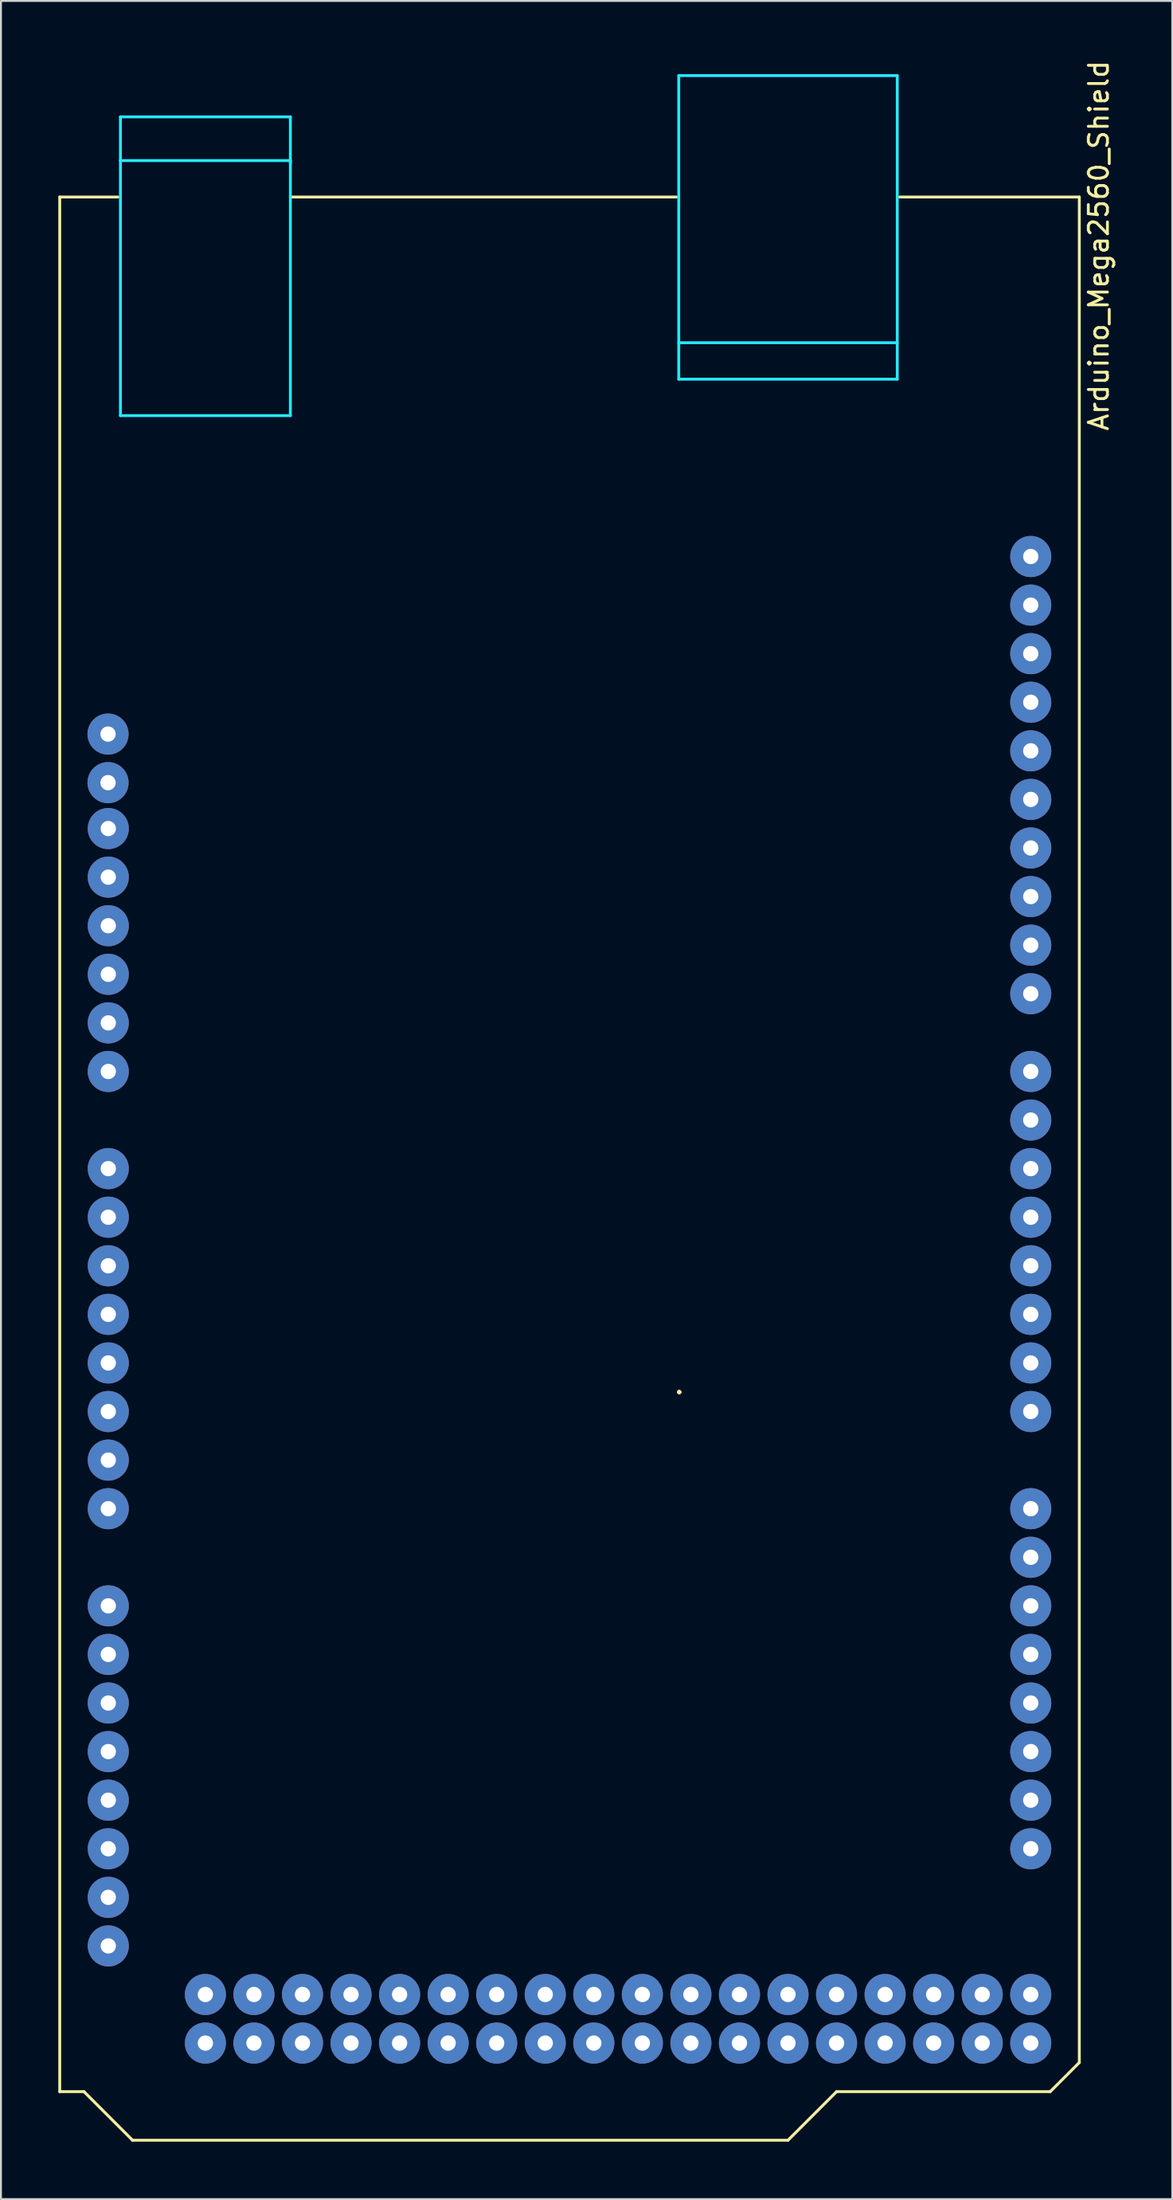
<source format=kicad_pcb>
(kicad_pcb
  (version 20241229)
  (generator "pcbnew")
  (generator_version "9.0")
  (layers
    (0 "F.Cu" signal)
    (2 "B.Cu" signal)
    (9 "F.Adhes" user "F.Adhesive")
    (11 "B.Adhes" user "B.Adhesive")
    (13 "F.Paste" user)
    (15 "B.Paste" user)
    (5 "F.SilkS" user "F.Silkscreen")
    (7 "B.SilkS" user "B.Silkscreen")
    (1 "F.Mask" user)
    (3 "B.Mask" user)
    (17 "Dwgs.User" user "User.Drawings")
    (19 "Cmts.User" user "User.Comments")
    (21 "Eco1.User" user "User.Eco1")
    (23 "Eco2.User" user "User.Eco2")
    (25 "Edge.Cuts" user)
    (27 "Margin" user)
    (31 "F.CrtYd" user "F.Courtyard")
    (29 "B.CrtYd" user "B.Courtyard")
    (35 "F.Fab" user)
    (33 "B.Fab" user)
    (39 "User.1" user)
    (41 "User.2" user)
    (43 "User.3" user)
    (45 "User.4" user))
  (footprint "Arduino_Mega2560_Shield"
    (layer "F.Cu")
    (at 45.02 34.569)
    (property "Reference" "Arduino_Mega2560_Shield" (at 9.411 -24.778 270) (layer "F.SilkS") (effects (font (size 1 1) (thickness 0.15))))
    (attr through_hole)
    (fp_line (start -44.945 -27.318) (end -44.945 71.742) (stroke (width 0.15) (type solid)) (layer "F.SilkS"))
    (fp_line (start -44.945 -27.318) (end -41.897 -27.318) (stroke (width 0.15) (type solid)) (layer "F.SilkS"))
    (fp_line (start -44.945 71.742) (end -43.675 71.742) (stroke (width 0.15) (type solid)) (layer "F.SilkS"))
    (fp_line (start -43.675 71.742) (end -41.135 74.282) (stroke (width 0.15) (type solid)) (layer "F.SilkS"))
    (fp_line (start -41.135 74.282) (end -6.845 74.282) (stroke (width 0.15) (type solid)) (layer "F.SilkS"))
    (fp_line (start -32.88 -27.318) (end -12.687 -27.318) (stroke (width 0.15) (type solid)) (layer "F.SilkS"))
    (fp_line (start -6.845 74.282) (end -4.305 71.742) (stroke (width 0.15) (type solid)) (layer "F.SilkS"))
    (fp_line (start -4.305 71.742) (end 6.871 71.742) (stroke (width 0.15) (type solid)) (layer "F.SilkS"))
    (fp_line (start 8.395 -27.318) (end -1.003 -27.318) (stroke (width 0.15) (type solid)) (layer "F.SilkS"))
    (fp_line (start 8.395 -27.318) (end 8.395 70.218) (stroke (width 0.15) (type solid)) (layer "F.SilkS"))
    (fp_line (start 8.395 70.218) (end 6.871 71.742) (stroke (width 0.15) (type solid)) (layer "F.SilkS"))
    (fp_line (start -41.77 -31.509) (end -32.88 -31.509) (stroke (width 0.15) (type solid)) (layer "B.CrtYd"))
    (fp_line (start -41.77 -29.223) (end -41.77 -31.509) (stroke (width 0.15) (type solid)) (layer "B.CrtYd"))
    (fp_line (start -41.77 -29.223) (end -41.77 -15.888) (stroke (width 0.15) (type solid)) (layer "B.CrtYd"))
    (fp_line (start -32.88 -31.509) (end -32.88 -29.096) (stroke (width 0.15) (type solid)) (layer "B.CrtYd"))
    (fp_line (start -32.88 -29.223) (end -41.77 -29.223) (stroke (width 0.15) (type solid)) (layer "B.CrtYd"))
    (fp_line (start -32.88 -29.223) (end -32.88 -15.888) (stroke (width 0.15) (type solid)) (layer "B.CrtYd"))
    (fp_line (start -32.88 -15.888) (end -41.77 -15.888) (stroke (width 0.15) (type solid)) (layer "B.CrtYd"))
    (fp_line (start -12.56 -17.793) (end -12.56 -33.668) (stroke (width 0.15) (type solid)) (layer "B.CrtYd"))
    (fp_line (start -1.13 -33.668) (end -12.56 -33.668) (stroke (width 0.15) (type solid)) (layer "B.CrtYd"))
    (fp_line (start -1.13 -19.698) (end -12.56 -19.698) (stroke (width 0.15) (type solid)) (layer "B.CrtYd"))
    (fp_line (start -1.13 -17.793) (end -12.56 -17.793) (stroke (width 0.15) (type solid)) (layer "B.CrtYd"))
    (fp_line (start -1.13 -17.793) (end -1.13 -33.668) (stroke (width 0.15) (type solid)) (layer "B.CrtYd"))
    (fp_text user "." (at -12.941 35.166 270) (layer "F.SilkS") (effects (font (size 1 1) (thickness 0.15))))
    (pad "0" thru_hole circle (at 5.855 36.182 270) (size 2.15 2.15) (drill 0.8) (layers "*.Cu" "*.Mask"))
    (pad "1" thru_hole circle (at 5.855 33.642 270) (size 2.15 2.15) (drill 0.8) (layers "*.Cu" "*.Mask"))
    (pad "2" thru_hole circle (at 5.855 31.102 270) (size 2.15 2.15) (drill 0.8) (layers "*.Cu" "*.Mask"))
    (pad "3" thru_hole circle (at 5.855 28.562 270) (size 2.15 2.15) (drill 0.8) (layers "*.Cu" "*.Mask"))
    (pad "3V3" thru_hole circle (at -42.405 8.242 270) (size 2.15 2.15) (drill 0.8) (layers "*.Cu" "*.Mask"))
    (pad "4" thru_hole circle (at 5.855 26.022 270) (size 2.15 2.15) (drill 0.8) (layers "*.Cu" "*.Mask"))
    (pad "5" thru_hole circle (at 5.855 23.482 270) (size 2.15 2.15) (drill 0.8) (layers "*.Cu" "*.Mask"))
    (pad "5V1" thru_hole circle (at -42.405 10.782 270) (size 2.15 2.15) (drill 0.8) (layers "*.Cu" "*.Mask"))
    (pad "6" thru_hole circle (at 5.855 20.942 270) (size 2.15 2.15) (drill 0.8) (layers "*.Cu" "*.Mask"))
    (pad "7" thru_hole circle (at 5.855 18.402 270) (size 2.15 2.15) (drill 0.8) (layers "*.Cu" "*.Mask"))
    (pad "8" thru_hole circle (at 5.855 14.338 270) (size 2.15 2.15) (drill 0.8) (layers "*.Cu" "*.Mask"))
    (pad "9" thru_hole circle (at 5.855 11.798 270) (size 2.15 2.15) (drill 0.8) (layers "*.Cu" "*.Mask"))
    (pad "10" thru_hole circle (at 5.855 9.258 270) (size 2.15 2.15) (drill 0.8) (layers "*.Cu" "*.Mask"))
    (pad "11" thru_hole circle (at 5.855 6.718 270) (size 2.15 2.15) (drill 0.8) (layers "*.Cu" "*.Mask"))
    (pad "12" thru_hole circle (at 5.855 4.178 270) (size 2.15 2.15) (drill 0.8) (layers "*.Cu" "*.Mask"))
    (pad "13" thru_hole circle (at 5.855 1.638 270) (size 2.15 2.15) (drill 0.8) (layers "*.Cu" "*.Mask"))
    (pad "14" thru_hole circle (at 5.855 41.262 270) (size 2.15 2.15) (drill 0.8) (layers "*.Cu" "*.Mask"))
    (pad "15" thru_hole circle (at 5.855 43.802 270) (size 2.15 2.15) (drill 0.8) (layers "*.Cu" "*.Mask"))
    (pad "16" thru_hole circle (at 5.855 46.342 270) (size 2.15 2.15) (drill 0.8) (layers "*.Cu" "*.Mask"))
    (pad "17" thru_hole circle (at 5.855 48.882 270) (size 2.15 2.15) (drill 0.8) (layers "*.Cu" "*.Mask"))
    (pad "18" thru_hole circle (at 5.855 51.422 270) (size 2.15 2.15) (drill 0.8) (layers "*.Cu" "*.Mask"))
    (pad "19" thru_hole circle (at 5.855 53.962 270) (size 2.15 2.15) (drill 0.8) (layers "*.Cu" "*.Mask"))
    (pad "20" thru_hole circle (at 5.855 56.502 270) (size 2.15 2.15) (drill 0.8) (layers "*.Cu" "*.Mask"))
    (pad "21" thru_hole circle (at 5.855 59.042 270) (size 2.15 2.15) (drill 0.8) (layers "*.Cu" "*.Mask"))
    (pad "22" thru_hole circle (at 3.315 66.662 270) (size 2.15 2.15) (drill 0.8) (layers "*.Cu" "*.Mask"))
    (pad "23" thru_hole circle (at 3.315 69.202 270) (size 2.15 2.15) (drill 0.8) (layers "*.Cu" "*.Mask"))
    (pad "24" thru_hole circle (at 0.775 66.662 270) (size 2.15 2.15) (drill 0.8) (layers "*.Cu" "*.Mask"))
    (pad "25" thru_hole circle (at 0.775 69.202 270) (size 2.15 2.15) (drill 0.8) (layers "*.Cu" "*.Mask"))
    (pad "26" thru_hole circle (at -1.765 66.662 270) (size 2.15 2.15) (drill 0.8) (layers "*.Cu" "*.Mask"))
    (pad "27" thru_hole circle (at -1.765 69.202 270) (size 2.15 2.15) (drill 0.8) (layers "*.Cu" "*.Mask"))
    (pad "28" thru_hole circle (at -4.305 66.662 270) (size 2.15 2.15) (drill 0.8) (layers "*.Cu" "*.Mask"))
    (pad "29" thru_hole circle (at -4.305 69.202 270) (size 2.15 2.15) (drill 0.8) (layers "*.Cu" "*.Mask"))
    (pad "30" thru_hole circle (at -6.845 66.662 270) (size 2.15 2.15) (drill 0.8) (layers "*.Cu" "*.Mask"))
    (pad "31" thru_hole circle (at -6.845 69.202 270) (size 2.15 2.15) (drill 0.8) (layers "*.Cu" "*.Mask"))
    (pad "32" thru_hole circle (at -9.385 66.662 270) (size 2.15 2.15) (drill 0.8) (layers "*.Cu" "*.Mask"))
    (pad "33" thru_hole circle (at -9.385 69.202 270) (size 2.15 2.15) (drill 0.8) (layers "*.Cu" "*.Mask"))
    (pad "34" thru_hole circle (at -11.925 66.662 270) (size 2.15 2.15) (drill 0.8) (layers "*.Cu" "*.Mask"))
    (pad "35" thru_hole circle (at -11.925 69.202 270) (size 2.15 2.15) (drill 0.8) (layers "*.Cu" "*.Mask"))
    (pad "36" thru_hole circle (at -14.465 66.662 270) (size 2.15 2.15) (drill 0.8) (layers "*.Cu" "*.Mask"))
    (pad "37" thru_hole circle (at -14.465 69.202 270) (size 2.15 2.15) (drill 0.8) (layers "*.Cu" "*.Mask"))
    (pad "38" thru_hole circle (at -17.005 66.662 270) (size 2.15 2.15) (drill 0.8) (layers "*.Cu" "*.Mask"))
    (pad "39" thru_hole circle (at -17.005 69.202 270) (size 2.15 2.15) (drill 0.8) (layers "*.Cu" "*.Mask"))
    (pad "40" thru_hole circle (at -19.545 66.662 270) (size 2.15 2.15) (drill 0.8) (layers "*.Cu" "*.Mask"))
    (pad "41" thru_hole circle (at -19.545 69.202 270) (size 2.15 2.15) (drill 0.8) (layers "*.Cu" "*.Mask"))
    (pad "42" thru_hole circle (at -22.085 66.662 270) (size 2.15 2.15) (drill 0.8) (layers "*.Cu" "*.Mask"))
    (pad "43" thru_hole circle (at -22.085 69.202 270) (size 2.15 2.15) (drill 0.8) (layers "*.Cu" "*.Mask"))
    (pad "44" thru_hole circle (at -24.625 66.662 270) (size 2.15 2.15) (drill 0.8) (layers "*.Cu" "*.Mask"))
    (pad "45" thru_hole circle (at -24.625 69.202 270) (size 2.15 2.15) (drill 0.8) (layers "*.Cu" "*.Mask"))
    (pad "46" thru_hole circle (at -27.165 66.662 270) (size 2.15 2.15) (drill 0.8) (layers "*.Cu" "*.Mask"))
    (pad "47" thru_hole circle (at -27.165 69.202 270) (size 2.15 2.15) (drill 0.8) (layers "*.Cu" "*.Mask"))
    (pad "48" thru_hole circle (at -29.705 66.662 270) (size 2.15 2.15) (drill 0.8) (layers "*.Cu" "*.Mask"))
    (pad "49" thru_hole circle (at -29.705 69.202 270) (size 2.15 2.15) (drill 0.8) (layers "*.Cu" "*.Mask"))
    (pad "50" thru_hole circle (at -32.245 66.662 270) (size 2.15 2.15) (drill 0.8) (layers "*.Cu" "*.Mask"))
    (pad "51" thru_hole circle (at -32.245 69.202 270) (size 2.15 2.15) (drill 0.8) (layers "*.Cu" "*.Mask"))
    (pad "52" thru_hole circle (at -34.785 66.662 270) (size 2.15 2.15) (drill 0.8) (layers "*.Cu" "*.Mask"))
    (pad "53" thru_hole circle (at -34.785 69.202 270) (size 2.15 2.15) (drill 0.8) (layers "*.Cu" "*.Mask"))
    (pad "A0" thru_hole circle (at -42.405 23.482 270) (size 2.15 2.15) (drill 0.8) (layers "*.Cu" "*.Mask"))
    (pad "A1" thru_hole circle (at -42.405 26.022 270) (size 2.15 2.15) (drill 0.8) (layers "*.Cu" "*.Mask"))
    (pad "A2" thru_hole circle (at -42.405 28.562 270) (size 2.15 2.15) (drill 0.8) (layers "*.Cu" "*.Mask"))
    (pad "A3" thru_hole circle (at -42.405 31.102 270) (size 2.15 2.15) (drill 0.8) (layers "*.Cu" "*.Mask"))
    (pad "A4" thru_hole circle (at -42.405 33.642 270) (size 2.15 2.15) (drill 0.8) (layers "*.Cu" "*.Mask"))
    (pad "A5" thru_hole circle (at -42.405 36.182 270) (size 2.15 2.15) (drill 0.8) (layers "*.Cu" "*.Mask"))
    (pad "A6" thru_hole circle (at -42.405 38.722 270) (size 2.15 2.15) (drill 0.8) (layers "*.Cu" "*.Mask"))
    (pad "A7" thru_hole circle (at -42.405 41.262 270) (size 2.15 2.15) (drill 0.8) (layers "*.Cu" "*.Mask"))
    (pad "A8" thru_hole circle (at -42.405 46.342 270) (size 2.15 2.15) (drill 0.8) (layers "*.Cu" "*.Mask"))
    (pad "A9" thru_hole circle (at -42.405 48.882 270) (size 2.15 2.15) (drill 0.8) (layers "*.Cu" "*.Mask"))
    (pad "A10" thru_hole circle (at -42.405 51.422 270) (size 2.15 2.15) (drill 0.8) (layers "*.Cu" "*.Mask"))
    (pad "A11" thru_hole circle (at -42.405 53.962 270) (size 2.15 2.15) (drill 0.8) (layers "*.Cu" "*.Mask"))
    (pad "A12" thru_hole circle (at -42.405 56.502 270) (size 2.15 2.15) (drill 0.8) (layers "*.Cu" "*.Mask"))
    (pad "A13" thru_hole circle (at -42.405 59.042 270) (size 2.15 2.15) (drill 0.8) (layers "*.Cu" "*.Mask"))
    (pad "A14" thru_hole circle (at -42.405 61.582 270) (size 2.15 2.15) (drill 0.8) (layers "*.Cu" "*.Mask"))
    (pad "A15" thru_hole circle (at -42.405 64.122 270) (size 2.15 2.15) (drill 0.8) (layers "*.Cu" "*.Mask"))
    (pad "AREF" thru_hole circle (at 5.855 -3.442 270) (size 2.15 2.15) (drill 0.8) (layers "*.Cu" "*.Mask"))
    (pad "GND" thru_hole circle (at -37.325 66.662 270) (size 2.15 2.15) (drill 0.8) (layers "*.Cu" "*.Mask"))
    (pad "GND" thru_hole circle (at -37.325 69.202 270) (size 2.15 2.15) (drill 0.8) (layers "*.Cu" "*.Mask"))
    (pad "GND1" thru_hole circle (at -42.405 13.322 270) (size 2.15 2.15) (drill 0.8) (layers "*.Cu" "*.Mask"))
    (pad "GND2" thru_hole circle (at -42.405 15.862 270) (size 2.15 2.15) (drill 0.8) (layers "*.Cu" "*.Mask"))
    (pad "GND5" thru_hole circle (at 5.855 -0.902 270) (size 2.15 2.15) (drill 0.8) (layers "*.Cu" "*.Mask"))
    (pad "IORE" thru_hole circle (at -42.418 3.302 270) (size 2.15 2.15) (drill 0.8) (layers "*.Cu" "*.Mask"))
    (pad "NC" thru_hole circle (at -42.418 0.762 270) (size 2.15 2.15) (drill 0.8) (layers "*.Cu" "*.Mask"))
    (pad "RST1" thru_hole circle (at -42.405 5.702 270) (size 2.15 2.15) (drill 0.8) (layers "*.Cu" "*.Mask"))
    (pad "SCL" thru_hole circle (at 5.855 -8.522 270) (size 2.15 2.15) (drill 0.8) (layers "*.Cu" "*.Mask"))
    (pad "SDA" thru_hole circle (at 5.855 -5.982 270) (size 2.15 2.15) (drill 0.8) (layers "*.Cu" "*.Mask"))
    (pad "VCC" thru_hole circle (at 5.855 66.662 270) (size 2.15 2.15) (drill 0.8) (layers "*.Cu" "*.Mask"))
    (pad "VCC" thru_hole circle (at 5.855 69.202 270) (size 2.15 2.15) (drill 0.8) (layers "*.Cu" "*.Mask"))
    (pad "VIN" thru_hole circle (at -42.405 18.402 270) (size 2.15 2.15) (drill 0.8) (layers "*.Cu" "*.Mask")))
  (gr_rect
    (start -3 -3)
    (end 58.279 111.927)
    (stroke (width 0.1) (type default))
    (fill no)
    (layer "Edge.Cuts")))
</source>
